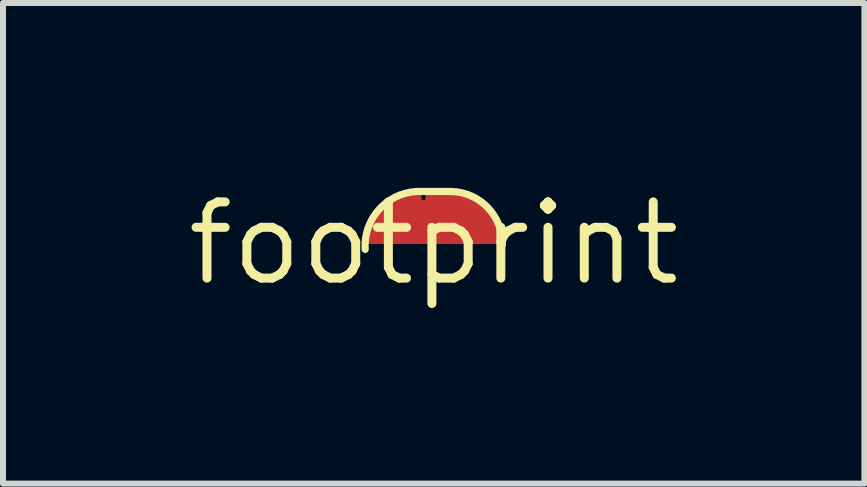
<source format=kicad_pcb>
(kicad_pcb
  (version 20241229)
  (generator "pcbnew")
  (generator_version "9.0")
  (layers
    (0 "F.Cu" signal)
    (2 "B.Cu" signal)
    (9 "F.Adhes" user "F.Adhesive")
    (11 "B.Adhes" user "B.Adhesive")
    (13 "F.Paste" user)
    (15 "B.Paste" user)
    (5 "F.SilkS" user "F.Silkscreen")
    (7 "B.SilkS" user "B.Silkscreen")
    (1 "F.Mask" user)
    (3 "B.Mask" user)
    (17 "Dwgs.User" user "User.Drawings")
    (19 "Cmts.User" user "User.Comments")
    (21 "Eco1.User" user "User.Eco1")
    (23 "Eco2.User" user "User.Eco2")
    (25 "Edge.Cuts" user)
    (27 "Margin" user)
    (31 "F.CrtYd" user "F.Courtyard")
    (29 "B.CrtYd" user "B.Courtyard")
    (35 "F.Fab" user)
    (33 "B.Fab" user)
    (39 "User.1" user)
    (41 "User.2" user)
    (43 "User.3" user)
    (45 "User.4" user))
  (footprint "footprint"
    (layer "F.Cu")
    (at 4.18 1.006)
    (property "Reference" "footprint" (at 0 0 0) (layer "F.SilkS") (effects (font (size 1.27 1.27) (thickness 0.15))))
    (fp_poly (pts (xy 0.596 -0.792) (xy 0.767 -0.7) (xy 0.911 -0.574) (xy 1.022 -0.419) (xy 1.097 -0.243) (xy 1.129 -0.062) (xy 1.067 -0.051) (xy 1.067 0.013) (xy -1.127 0.013) (xy -0.999 -0.416) (xy -0.885 -0.574) (xy -0.742 -0.7) (xy -0.574 -0.791) (xy -0.39 -0.842) (xy -0.206 -0.851) (xy -0.203 -0.787) (xy -0.203 -0.724) (xy -0.14 -0.724) (xy -0.14 -0.851) (xy 0.234 -0.851)) (stroke (width 0) (type solid)) (fill yes) (layer "F.Cu"))
    (fp_line (start -0.292 -0.864) (end 0.292 -0.864) (stroke (width 0.12) (type solid)) (layer "F.SilkS"))
    (fp_arc (start -1.143 0.1016) (mid -0.917464 -0.557241) (end -0.2921 -0.863602) (stroke (width 0.12) (type solid)) (layer "F.SilkS"))
    (fp_arc (start 0.2921 -0.8636) (mid 0.901594 -0.595256) (end 1.142999 0.025401) (stroke (width 0.12) (type solid)) (layer "F.SilkS")))
  (gr_rect
    (start -3 -3)
    (end 11.36 5.012)
    (stroke (width 0.1) (type default))
    (fill no)
    (layer "Edge.Cuts")))
</source>
